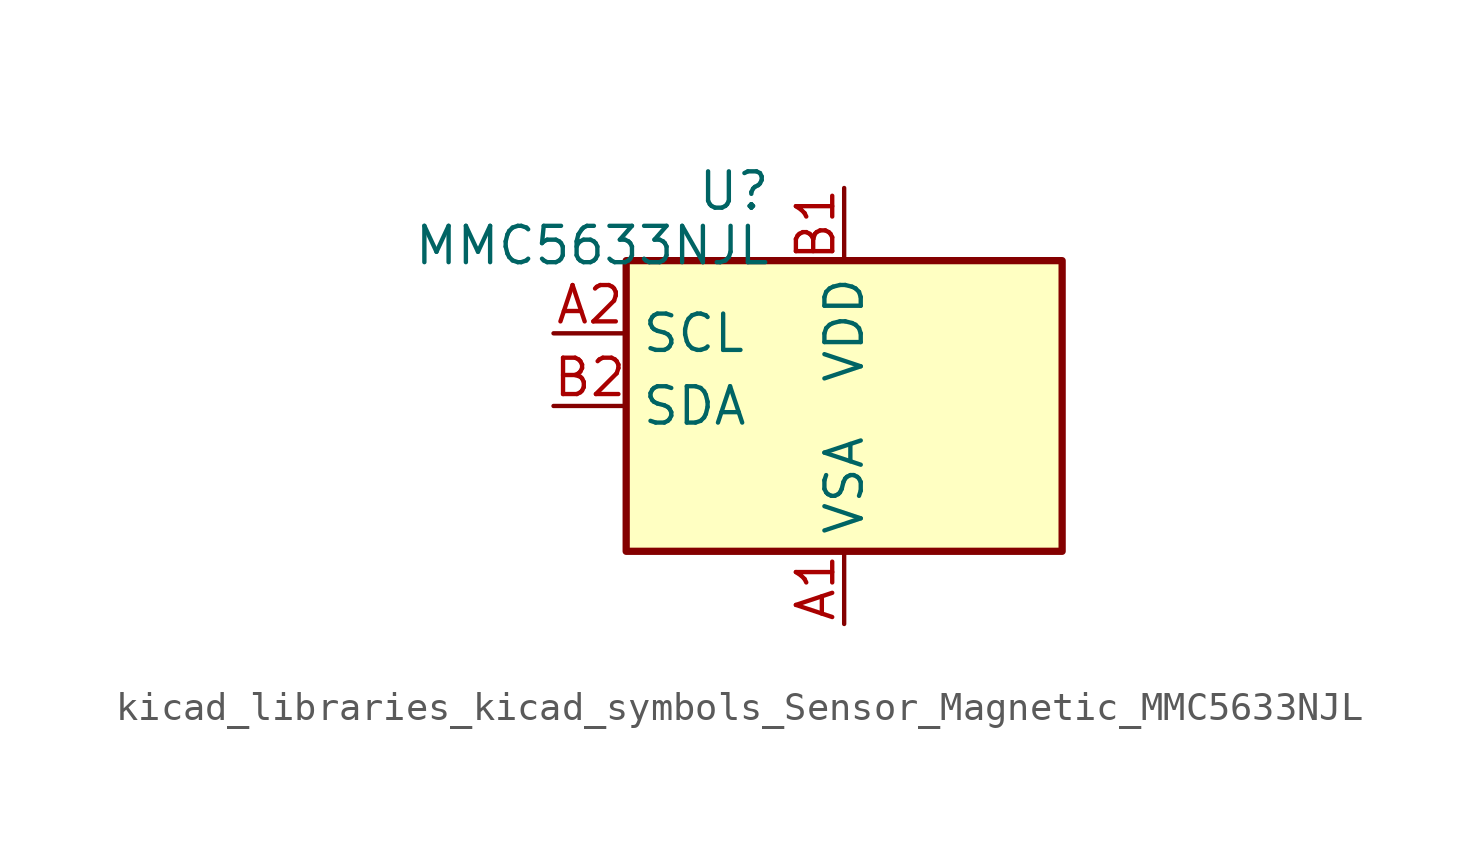
<source format=kicad_sym>
(kicad_symbol_lib
  (version 20220914)
  (generator kicad_symbol_editor)
  (symbol "kicad_libraries_kicad_symbols_Sensor_Magnetic_MMC5633NJL"
    (property "Reference" "U"
      (at -2.54 8.255 0)
      (effects (font (size 1.27 1.27)) (justify right top)))
    (property "Value" "MMC5633NJL"
      (at -2.54 6.35 0)
      (effects (font (size 1.27 1.27)) (justify right top)))
    (symbol "kicad_libraries_kicad_symbols_Sensor_Magnetic_MMC5633NJL_0_1"
      (rectangle (start -7.62 -5.08) (end 7.62 5.08) (stroke (width 0.254) (type default)) (fill (type background))))
    (symbol "kicad_libraries_kicad_symbols_Sensor_Magnetic_MMC5633NJL_1_1"
      (pin power_in line (at 0 -7.62 90) (length 2.54) (name "VSA" (effects (font (size 1.27 1.27)))) (number "A1" (effects (font (size 1.27 1.27)))))
      (pin input line (at -10.16 2.54 0) (length 2.54) (name "SCL" (effects (font (size 1.27 1.27)))) (number "A2" (effects (font (size 1.27 1.27)))))
      (pin power_in line (at 0 7.62 270) (length 2.54) (name "VDD" (effects (font (size 1.27 1.27)))) (number "B1" (effects (font (size 1.27 1.27)))))
      (pin bidirectional line (at -10.16 0 0) (length 2.54) (name "SDA" (effects (font (size 1.27 1.27)))) (number "B2" (effects (font (size 1.27 1.27))))))))
</source>
